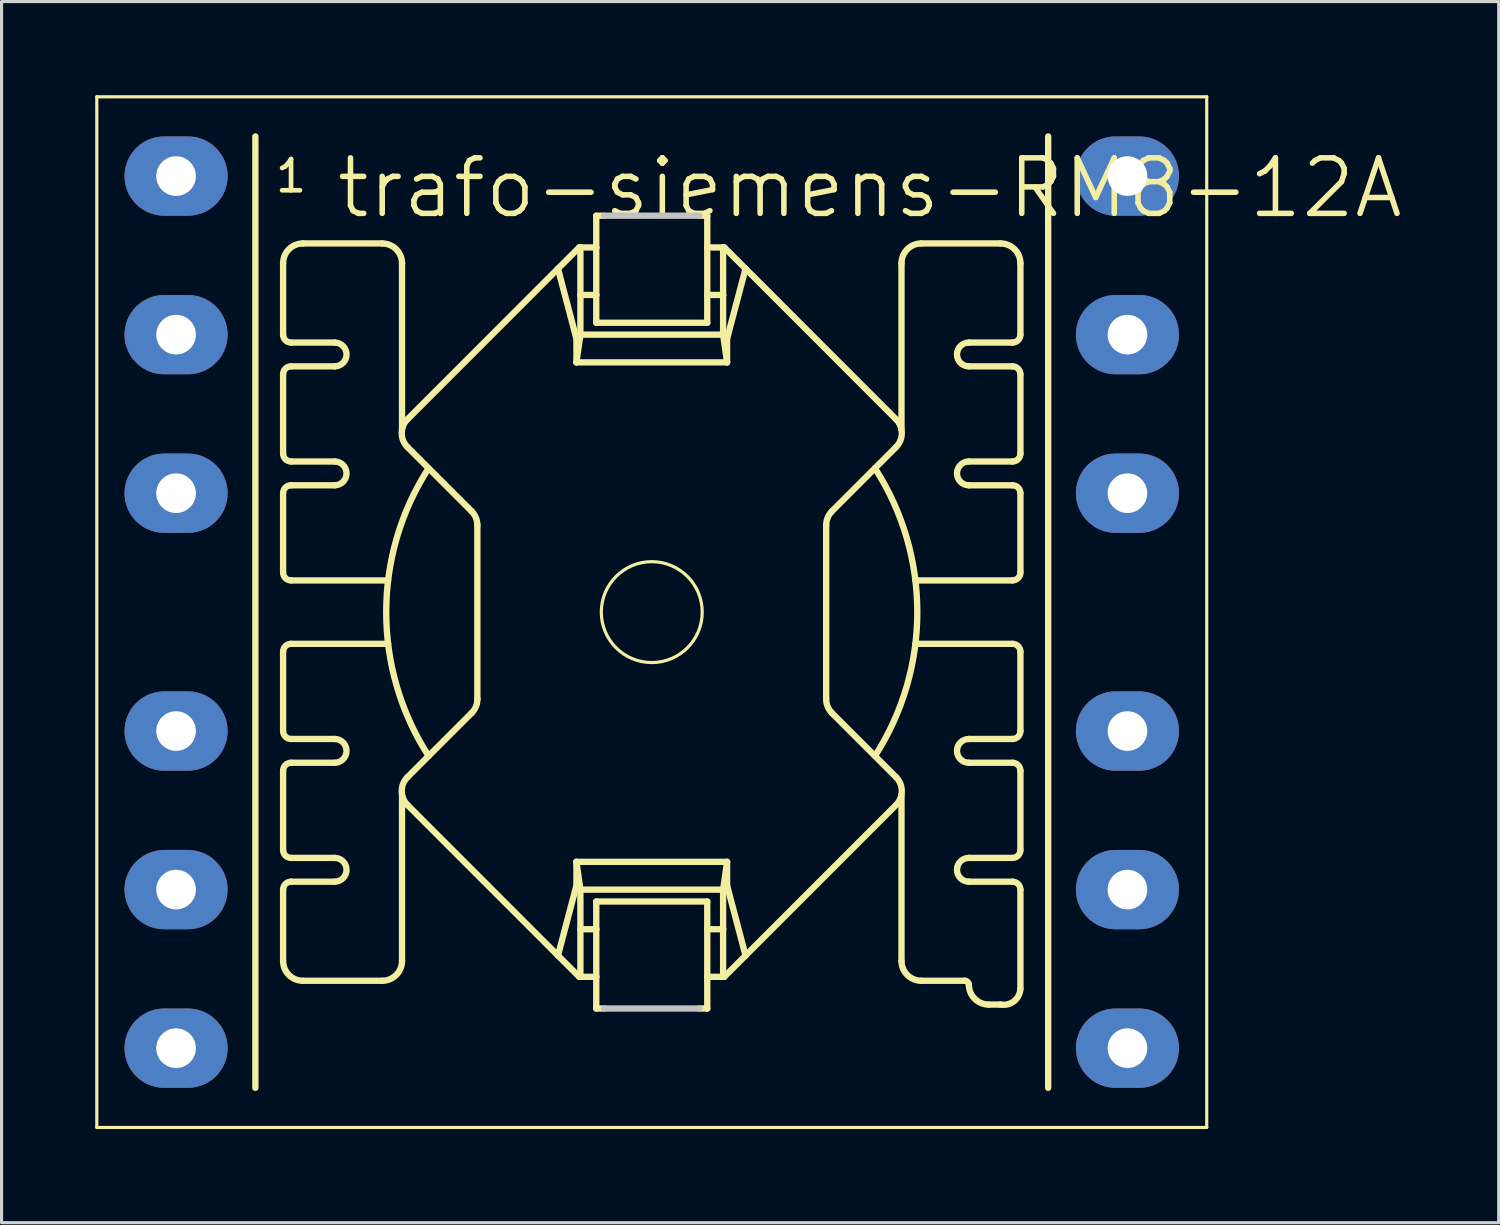
<source format=kicad_pcb>
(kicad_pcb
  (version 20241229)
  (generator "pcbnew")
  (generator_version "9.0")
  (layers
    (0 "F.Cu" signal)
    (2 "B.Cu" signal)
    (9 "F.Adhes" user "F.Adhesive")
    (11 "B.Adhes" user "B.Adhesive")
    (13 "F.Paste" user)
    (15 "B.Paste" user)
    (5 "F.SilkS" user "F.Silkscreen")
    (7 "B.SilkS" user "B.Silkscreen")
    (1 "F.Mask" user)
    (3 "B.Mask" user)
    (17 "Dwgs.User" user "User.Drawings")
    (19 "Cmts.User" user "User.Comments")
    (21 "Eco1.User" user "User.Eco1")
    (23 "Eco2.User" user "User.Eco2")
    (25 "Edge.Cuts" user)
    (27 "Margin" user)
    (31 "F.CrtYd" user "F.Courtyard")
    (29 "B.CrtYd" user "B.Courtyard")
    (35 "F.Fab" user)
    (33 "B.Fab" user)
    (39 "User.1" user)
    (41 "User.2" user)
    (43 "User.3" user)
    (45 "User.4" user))
  (footprint "trafo-siemens-RM8-12A"
    (layer "F.Cu")
    (at 17.831 16.561)
    (property "Reference" "trafo-siemens-RM8-12A" (at 6.985 -13.589 0) (layer "F.SilkS") (effects (font (size 1.778 1.778) (thickness 0.178))))
    (attr exclude_from_pos_files exclude_from_bom)
    (fp_line (start -17.78 -16.51) (end 17.78 -16.51) (stroke (width 0.102) (type solid)) (layer "F.SilkS"))
    (fp_line (start -17.78 16.51) (end -17.78 -16.51) (stroke (width 0.102) (type solid)) (layer "F.SilkS"))
    (fp_line (start -12.7 -15.24) (end -12.7 15.24) (stroke (width 0.203) (type solid)) (layer "F.SilkS"))
    (fp_line (start -11.811 -8.89) (end -11.811 -11.176) (stroke (width 0.203) (type solid)) (layer "F.SilkS"))
    (fp_line (start -11.811 -5.08) (end -11.811 -7.62) (stroke (width 0.203) (type solid)) (layer "F.SilkS"))
    (fp_line (start -11.811 -3.81) (end -11.811 -1.27) (stroke (width 0.203) (type solid)) (layer "F.SilkS"))
    (fp_line (start -11.811 3.81) (end -11.811 1.27) (stroke (width 0.203) (type solid)) (layer "F.SilkS"))
    (fp_line (start -11.811 7.62) (end -11.811 5.08) (stroke (width 0.203) (type solid)) (layer "F.SilkS"))
    (fp_line (start -11.811 11.176) (end -11.811 8.89) (stroke (width 0.203) (type solid)) (layer "F.SilkS"))
    (fp_line (start -11.557 -1.016) (end -8.448 -1.016) (stroke (width 0.203) (type solid)) (layer "F.SilkS"))
    (fp_line (start -11.557 1.016) (end -8.448 1.016) (stroke (width 0.203) (type solid)) (layer "F.SilkS"))
    (fp_line (start -10.16 -8.636) (end -11.557 -8.636) (stroke (width 0.203) (type solid)) (layer "F.SilkS"))
    (fp_line (start -10.16 -7.874) (end -11.557 -7.874) (stroke (width 0.203) (type solid)) (layer "F.SilkS"))
    (fp_line (start -10.16 -4.826) (end -11.557 -4.826) (stroke (width 0.203) (type solid)) (layer "F.SilkS"))
    (fp_line (start -10.16 -4.064) (end -11.557 -4.064) (stroke (width 0.203) (type solid)) (layer "F.SilkS"))
    (fp_line (start -10.16 4.064) (end -11.557 4.064) (stroke (width 0.203) (type solid)) (layer "F.SilkS"))
    (fp_line (start -10.16 4.826) (end -11.557 4.826) (stroke (width 0.203) (type solid)) (layer "F.SilkS"))
    (fp_line (start -10.16 7.874) (end -11.557 7.874) (stroke (width 0.203) (type solid)) (layer "F.SilkS"))
    (fp_line (start -10.16 8.636) (end -11.557 8.636) (stroke (width 0.203) (type solid)) (layer "F.SilkS"))
    (fp_line (start -8.636 -11.811) (end -11.176 -11.811) (stroke (width 0.203) (type solid)) (layer "F.SilkS"))
    (fp_line (start -8.636 11.811) (end -11.176 11.811) (stroke (width 0.203) (type solid)) (layer "F.SilkS"))
    (fp_line (start -8.001 -11.176) (end -8.001 -5.85) (stroke (width 0.203) (type solid)) (layer "F.SilkS"))
    (fp_line (start -8.001 5.85) (end -8.001 11.176) (stroke (width 0.203) (type solid)) (layer "F.SilkS"))
    (fp_line (start -7.823 6.182) (end -3.005 11.003) (stroke (width 0.203) (type solid)) (layer "F.SilkS"))
    (fp_line (start -5.773 -3.233) (end -7.823 -5.283) (stroke (width 0.203) (type solid)) (layer "F.SilkS"))
    (fp_line (start -5.773 3.233) (end -7.823 5.283) (stroke (width 0.203) (type solid)) (layer "F.SilkS"))
    (fp_line (start -5.588 -2.784) (end -5.588 2.784) (stroke (width 0.203) (type solid)) (layer "F.SilkS"))
    (fp_line (start -3.005 -11.003) (end -7.823 -6.182) (stroke (width 0.203) (type solid)) (layer "F.SilkS"))
    (fp_line (start -3.005 -11.003) (end -2.413 -8.76) (stroke (width 0.203) (type solid)) (layer "F.SilkS"))
    (fp_line (start -3.005 11.003) (end -2.324 11.684) (stroke (width 0.203) (type solid)) (layer "F.SilkS"))
    (fp_line (start -2.413 -8.001) (end -2.413 -8.76) (stroke (width 0.203) (type solid)) (layer "F.SilkS"))
    (fp_line (start -2.413 8.001) (end -2.413 8.76) (stroke (width 0.203) (type solid)) (layer "F.SilkS"))
    (fp_line (start -2.413 8.76) (end -3.005 11.003) (stroke (width 0.203) (type solid)) (layer "F.SilkS"))
    (fp_line (start -2.324 -11.684) (end -3.005 -11.003) (stroke (width 0.203) (type solid)) (layer "F.SilkS"))
    (fp_line (start -2.324 -11.684) (end -2.286 -11.684) (stroke (width 0.203) (type solid)) (layer "F.SilkS"))
    (fp_line (start -2.286 -11.684) (end -1.778 -11.684) (stroke (width 0.203) (type solid)) (layer "F.SilkS"))
    (fp_line (start -2.286 -10.16) (end -2.286 -11.684) (stroke (width 0.203) (type solid)) (layer "F.SilkS"))
    (fp_line (start -2.286 -8.89) (end -2.413 -8.001) (stroke (width 0.203) (type solid)) (layer "F.SilkS"))
    (fp_line (start -2.286 -8.89) (end -2.286 -10.16) (stroke (width 0.203) (type solid)) (layer "F.SilkS"))
    (fp_line (start -2.286 -8.89) (end 2.286 -8.89) (stroke (width 0.203) (type solid)) (layer "F.SilkS"))
    (fp_line (start -2.286 8.89) (end -2.413 8.001) (stroke (width 0.203) (type solid)) (layer "F.SilkS"))
    (fp_line (start -2.286 8.89) (end -2.286 10.16) (stroke (width 0.203) (type solid)) (layer "F.SilkS"))
    (fp_line (start -2.286 8.89) (end 2.286 8.89) (stroke (width 0.203) (type solid)) (layer "F.SilkS"))
    (fp_line (start -2.286 10.16) (end -2.286 11.684) (stroke (width 0.203) (type solid)) (layer "F.SilkS"))
    (fp_line (start -2.286 10.16) (end -1.778 10.16) (stroke (width 0.203) (type solid)) (layer "F.SilkS"))
    (fp_line (start -2.286 11.684) (end -2.324 11.684) (stroke (width 0.203) (type solid)) (layer "F.SilkS"))
    (fp_line (start -2.286 11.684) (end -1.778 11.684) (stroke (width 0.203) (type solid)) (layer "F.SilkS"))
    (fp_line (start -1.778 -12.7) (end -1.524 -12.7) (stroke (width 0.203) (type solid)) (layer "F.SilkS"))
    (fp_line (start -1.778 -11.684) (end -1.778 -12.7) (stroke (width 0.203) (type solid)) (layer "F.SilkS"))
    (fp_line (start -1.778 -10.16) (end -2.286 -10.16) (stroke (width 0.203) (type solid)) (layer "F.SilkS"))
    (fp_line (start -1.778 -10.16) (end -1.778 -11.684) (stroke (width 0.203) (type solid)) (layer "F.SilkS"))
    (fp_line (start -1.778 -9.271) (end -1.778 -10.16) (stroke (width 0.203) (type solid)) (layer "F.SilkS"))
    (fp_line (start -1.778 -9.271) (end 1.778 -9.271) (stroke (width 0.203) (type solid)) (layer "F.SilkS"))
    (fp_line (start -1.778 10.16) (end -1.778 9.271) (stroke (width 0.203) (type solid)) (layer "F.SilkS"))
    (fp_line (start -1.778 11.684) (end -1.778 10.16) (stroke (width 0.203) (type solid)) (layer "F.SilkS"))
    (fp_line (start -1.778 12.7) (end -1.778 11.684) (stroke (width 0.203) (type solid)) (layer "F.SilkS"))
    (fp_line (start -1.524 12.7) (end -1.778 12.7) (stroke (width 0.203) (type solid)) (layer "F.SilkS"))
    (fp_line (start 1.524 -12.7) (end 1.778 -12.7) (stroke (width 0.203) (type solid)) (layer "F.SilkS"))
    (fp_line (start 1.778 -12.7) (end 1.778 -11.684) (stroke (width 0.203) (type solid)) (layer "F.SilkS"))
    (fp_line (start 1.778 -11.684) (end 1.778 -10.16) (stroke (width 0.203) (type solid)) (layer "F.SilkS"))
    (fp_line (start 1.778 -10.16) (end 1.778 -9.271) (stroke (width 0.203) (type solid)) (layer "F.SilkS"))
    (fp_line (start 1.778 9.271) (end -1.778 9.271) (stroke (width 0.203) (type solid)) (layer "F.SilkS"))
    (fp_line (start 1.778 9.271) (end 1.778 10.16) (stroke (width 0.203) (type solid)) (layer "F.SilkS"))
    (fp_line (start 1.778 10.16) (end 1.778 11.684) (stroke (width 0.203) (type solid)) (layer "F.SilkS"))
    (fp_line (start 1.778 10.16) (end 2.286 10.16) (stroke (width 0.203) (type solid)) (layer "F.SilkS"))
    (fp_line (start 1.778 11.684) (end 1.778 12.7) (stroke (width 0.203) (type solid)) (layer "F.SilkS"))
    (fp_line (start 1.778 12.7) (end 1.524 12.7) (stroke (width 0.203) (type solid)) (layer "F.SilkS"))
    (fp_line (start 2.286 -11.684) (end 1.778 -11.684) (stroke (width 0.203) (type solid)) (layer "F.SilkS"))
    (fp_line (start 2.286 -11.684) (end 2.324 -11.684) (stroke (width 0.203) (type solid)) (layer "F.SilkS"))
    (fp_line (start 2.286 -10.16) (end 1.778 -10.16) (stroke (width 0.203) (type solid)) (layer "F.SilkS"))
    (fp_line (start 2.286 -10.16) (end 2.286 -11.684) (stroke (width 0.203) (type solid)) (layer "F.SilkS"))
    (fp_line (start 2.286 -8.89) (end 2.286 -10.16) (stroke (width 0.203) (type solid)) (layer "F.SilkS"))
    (fp_line (start 2.286 -8.89) (end 2.413 -8.001) (stroke (width 0.203) (type solid)) (layer "F.SilkS"))
    (fp_line (start 2.286 8.89) (end 2.286 10.16) (stroke (width 0.203) (type solid)) (layer "F.SilkS"))
    (fp_line (start 2.286 8.89) (end 2.413 8.001) (stroke (width 0.203) (type solid)) (layer "F.SilkS"))
    (fp_line (start 2.286 10.16) (end 2.286 11.684) (stroke (width 0.203) (type solid)) (layer "F.SilkS"))
    (fp_line (start 2.286 11.684) (end 1.778 11.684) (stroke (width 0.203) (type solid)) (layer "F.SilkS"))
    (fp_line (start 2.324 -11.684) (end 3.005 -11.003) (stroke (width 0.203) (type solid)) (layer "F.SilkS"))
    (fp_line (start 2.324 11.684) (end 2.286 11.684) (stroke (width 0.203) (type solid)) (layer "F.SilkS"))
    (fp_line (start 2.413 -8.001) (end -2.413 -8.001) (stroke (width 0.203) (type solid)) (layer "F.SilkS"))
    (fp_line (start 2.413 -8.001) (end 2.413 -8.76) (stroke (width 0.203) (type solid)) (layer "F.SilkS"))
    (fp_line (start 2.413 8.001) (end -2.413 8.001) (stroke (width 0.203) (type solid)) (layer "F.SilkS"))
    (fp_line (start 2.413 8.001) (end 2.413 8.76) (stroke (width 0.203) (type solid)) (layer "F.SilkS"))
    (fp_line (start 2.413 8.76) (end 3.005 11.003) (stroke (width 0.203) (type solid)) (layer "F.SilkS"))
    (fp_line (start 3.005 -11.003) (end 2.413 -8.76) (stroke (width 0.203) (type solid)) (layer "F.SilkS"))
    (fp_line (start 3.005 -11.003) (end 7.823 -6.182) (stroke (width 0.203) (type solid)) (layer "F.SilkS"))
    (fp_line (start 3.005 11.003) (end 2.324 11.684) (stroke (width 0.203) (type solid)) (layer "F.SilkS"))
    (fp_line (start 5.588 -2.784) (end 5.588 2.784) (stroke (width 0.203) (type solid)) (layer "F.SilkS"))
    (fp_line (start 5.773 -3.233) (end 7.823 -5.283) (stroke (width 0.203) (type solid)) (layer "F.SilkS"))
    (fp_line (start 5.773 3.233) (end 7.823 5.283) (stroke (width 0.203) (type solid)) (layer "F.SilkS"))
    (fp_line (start 7.823 6.182) (end 3.005 11.003) (stroke (width 0.203) (type solid)) (layer "F.SilkS"))
    (fp_line (start 8.001 -11.176) (end 8.001 -5.85) (stroke (width 0.203) (type solid)) (layer "F.SilkS"))
    (fp_line (start 8.001 5.85) (end 8.001 11.176) (stroke (width 0.203) (type solid)) (layer "F.SilkS"))
    (fp_line (start 8.636 11.811) (end 10.033 11.811) (stroke (width 0.203) (type solid)) (layer "F.SilkS"))
    (fp_line (start 10.16 -8.636) (end 11.557 -8.636) (stroke (width 0.203) (type solid)) (layer "F.SilkS"))
    (fp_line (start 10.16 -7.874) (end 11.557 -7.874) (stroke (width 0.203) (type solid)) (layer "F.SilkS"))
    (fp_line (start 10.16 -4.826) (end 11.557 -4.826) (stroke (width 0.203) (type solid)) (layer "F.SilkS"))
    (fp_line (start 10.16 -4.064) (end 11.557 -4.064) (stroke (width 0.203) (type solid)) (layer "F.SilkS"))
    (fp_line (start 10.16 4.064) (end 11.557 4.064) (stroke (width 0.203) (type solid)) (layer "F.SilkS"))
    (fp_line (start 10.16 4.826) (end 11.557 4.826) (stroke (width 0.203) (type solid)) (layer "F.SilkS"))
    (fp_line (start 10.16 7.874) (end 11.557 7.874) (stroke (width 0.203) (type solid)) (layer "F.SilkS"))
    (fp_line (start 10.16 8.636) (end 11.557 8.636) (stroke (width 0.203) (type solid)) (layer "F.SilkS"))
    (fp_line (start 11.176 -11.811) (end 8.636 -11.811) (stroke (width 0.203) (type solid)) (layer "F.SilkS"))
    (fp_line (start 11.176 12.573) (end 10.795 12.573) (stroke (width 0.203) (type solid)) (layer "F.SilkS"))
    (fp_line (start 11.557 -1.016) (end 8.448 -1.016) (stroke (width 0.203) (type solid)) (layer "F.SilkS"))
    (fp_line (start 11.557 1.016) (end 8.448 1.016) (stroke (width 0.203) (type solid)) (layer "F.SilkS"))
    (fp_line (start 11.811 -8.89) (end 11.811 -11.176) (stroke (width 0.203) (type solid)) (layer "F.SilkS"))
    (fp_line (start 11.811 -5.08) (end 11.811 -7.62) (stroke (width 0.203) (type solid)) (layer "F.SilkS"))
    (fp_line (start 11.811 -3.81) (end 11.811 -1.27) (stroke (width 0.203) (type solid)) (layer "F.SilkS"))
    (fp_line (start 11.811 3.81) (end 11.811 1.27) (stroke (width 0.203) (type solid)) (layer "F.SilkS"))
    (fp_line (start 11.811 7.62) (end 11.811 5.08) (stroke (width 0.203) (type solid)) (layer "F.SilkS"))
    (fp_line (start 11.811 12.065) (end 11.811 8.89) (stroke (width 0.203) (type solid)) (layer "F.SilkS"))
    (fp_line (start 12.7 -15.24) (end 12.7 15.24) (stroke (width 0.203) (type solid)) (layer "F.SilkS"))
    (fp_line (start 17.78 -16.51) (end 17.78 16.51) (stroke (width 0.102) (type solid)) (layer "F.SilkS"))
    (fp_line (start 17.78 16.51) (end -17.78 16.51) (stroke (width 0.102) (type solid)) (layer "F.SilkS"))
    (fp_arc (start -11.811 -11.176) (mid -11.625013 -11.625013) (end -11.176 -11.811) (stroke (width 0.2032) (type solid)) (layer "F.SilkS"))
    (fp_arc (start -11.811 -7.62) (mid -11.736605 -7.799605) (end -11.557 -7.874) (stroke (width 0.2032) (type solid)) (layer "F.SilkS"))
    (fp_arc (start -11.811 -3.81) (mid -11.736605 -3.989605) (end -11.557 -4.064) (stroke (width 0.2032) (type solid)) (layer "F.SilkS"))
    (fp_arc (start -11.811 1.27) (mid -11.736605 1.090395) (end -11.557 1.016) (stroke (width 0.2032) (type solid)) (layer "F.SilkS"))
    (fp_arc (start -11.811 5.08) (mid -11.736605 4.900395) (end -11.557 4.826) (stroke (width 0.2032) (type solid)) (layer "F.SilkS"))
    (fp_arc (start -11.811 8.89) (mid -11.736605 8.710395) (end -11.557 8.636) (stroke (width 0.2032) (type solid)) (layer "F.SilkS"))
    (fp_arc (start -11.557 -8.636) (mid -11.736605 -8.710395) (end -11.811 -8.89) (stroke (width 0.2032) (type solid)) (layer "F.SilkS"))
    (fp_arc (start -11.557 -4.826) (mid -11.736605 -4.900395) (end -11.811 -5.08) (stroke (width 0.2032) (type solid)) (layer "F.SilkS"))
    (fp_arc (start -11.557 -1.016) (mid -11.736605 -1.090395) (end -11.811 -1.27) (stroke (width 0.2032) (type solid)) (layer "F.SilkS"))
    (fp_arc (start -11.557 4.064) (mid -11.736605 3.989605) (end -11.811 3.81) (stroke (width 0.2032) (type solid)) (layer "F.SilkS"))
    (fp_arc (start -11.557 7.874) (mid -11.736605 7.799605) (end -11.811 7.62) (stroke (width 0.2032) (type solid)) (layer "F.SilkS"))
    (fp_arc (start -11.176 11.811) (mid -11.625013 11.625013) (end -11.811 11.176) (stroke (width 0.2032) (type solid)) (layer "F.SilkS"))
    (fp_arc (start -10.16 -8.636) (mid -9.779 -8.255) (end -10.16 -7.874) (stroke (width 0.2032) (type solid)) (layer "F.SilkS"))
    (fp_arc (start -10.16 -4.826) (mid -9.779 -4.445) (end -10.16 -4.064) (stroke (width 0.2032) (type solid)) (layer "F.SilkS"))
    (fp_arc (start -10.16 4.064) (mid -9.779 4.445) (end -10.16 4.826) (stroke (width 0.2032) (type solid)) (layer "F.SilkS"))
    (fp_arc (start -10.16 7.874) (mid -9.779 8.255) (end -10.16 8.636) (stroke (width 0.2032) (type solid)) (layer "F.SilkS"))
    (fp_arc (start -8.636 -11.811) (mid -8.186987 -11.625013) (end -8.001 -11.176) (stroke (width 0.2032) (type solid)) (layer "F.SilkS"))
    (fp_arc (start -8.001 11.176) (mid -8.186987 11.625013) (end -8.636 11.811) (stroke (width 0.2032) (type solid)) (layer "F.SilkS"))
    (fp_arc (start -7.8232 -5.2832) (mid -8.010166 -5.730984) (end -7.82574 -6.17982) (stroke (width 0.2032) (type solid)) (layer "F.SilkS"))
    (fp_arc (start -7.8232 6.18236) (mid -8.010166 5.734576) (end -7.82574 5.28574) (stroke (width 0.2032) (type solid)) (layer "F.SilkS"))
    (fp_arc (start -7.1501 4.6101) (mid -8.507464 0.001828) (end -7.152081 -4.607027) (stroke (width 0.2032) (type solid)) (layer "F.SilkS"))
    (fp_arc (start -5.77342 -3.23342) (mid -5.635808 -3.027664) (end -5.587199 -2.78495) (stroke (width 0.2032) (type solid)) (layer "F.SilkS"))
    (fp_arc (start -5.58546 2.78384) (mid -5.633777 3.027302) (end -5.771405 3.233861) (stroke (width 0.2032) (type solid)) (layer "F.SilkS"))
    (fp_arc (start 5.588 -2.78384) (mid 5.636125 -3.026332) (end 5.773204 -3.232068) (stroke (width 0.2032) (type solid)) (layer "F.SilkS"))
    (fp_arc (start 5.77342 3.23342) (mid 5.635808 3.027664) (end 5.587199 2.78495) (stroke (width 0.2032) (type solid)) (layer "F.SilkS"))
    (fp_arc (start 7.1501 -4.6101) (mid 8.507464 -0.001828) (end 7.152081 4.607027) (stroke (width 0.2032) (type solid)) (layer "F.SilkS"))
    (fp_arc (start 7.8232 -6.18236) (mid 8.010166 -5.734576) (end 7.82574 -5.28574) (stroke (width 0.2032) (type solid)) (layer "F.SilkS"))
    (fp_arc (start 7.8232 5.2832) (mid 8.010166 5.730984) (end 7.82574 6.17982) (stroke (width 0.2032) (type solid)) (layer "F.SilkS"))
    (fp_arc (start 8.001 -11.176) (mid 8.186987 -11.625013) (end 8.636 -11.811) (stroke (width 0.2032) (type solid)) (layer "F.SilkS"))
    (fp_arc (start 8.636 11.811) (mid 8.186987 11.625013) (end 8.001 11.176) (stroke (width 0.2032) (type solid)) (layer "F.SilkS"))
    (fp_arc (start 10.033 11.811) (mid 10.122803 11.848197) (end 10.16 11.938) (stroke (width 0.2032) (type solid)) (layer "F.SilkS"))
    (fp_arc (start 10.16 -7.874) (mid 9.779 -8.255) (end 10.16 -8.636) (stroke (width 0.2032) (type solid)) (layer "F.SilkS"))
    (fp_arc (start 10.16 -4.064) (mid 9.779 -4.445) (end 10.16 -4.826) (stroke (width 0.2032) (type solid)) (layer "F.SilkS"))
    (fp_arc (start 10.16 4.826) (mid 9.779 4.445) (end 10.16 4.064) (stroke (width 0.2032) (type solid)) (layer "F.SilkS"))
    (fp_arc (start 10.16 8.636) (mid 9.779 8.255) (end 10.16 7.874) (stroke (width 0.2032) (type solid)) (layer "F.SilkS"))
    (fp_arc (start 10.795 12.573) (mid 10.345987 12.387013) (end 10.16 11.938) (stroke (width 0.2032) (type solid)) (layer "F.SilkS"))
    (fp_arc (start 11.176 -11.811) (mid 11.625013 -11.625013) (end 11.811 -11.176) (stroke (width 0.2032) (type solid)) (layer "F.SilkS"))
    (fp_arc (start 11.557 -7.874) (mid 11.736605 -7.799605) (end 11.811 -7.62) (stroke (width 0.2032) (type solid)) (layer "F.SilkS"))
    (fp_arc (start 11.557 -4.064) (mid 11.736605 -3.989605) (end 11.811 -3.81) (stroke (width 0.2032) (type solid)) (layer "F.SilkS"))
    (fp_arc (start 11.557 1.016) (mid 11.736605 1.090395) (end 11.811 1.27) (stroke (width 0.2032) (type solid)) (layer "F.SilkS"))
    (fp_arc (start 11.557 4.826) (mid 11.736605 4.900395) (end 11.811 5.08) (stroke (width 0.2032) (type solid)) (layer "F.SilkS"))
    (fp_arc (start 11.557 8.636) (mid 11.736605 8.710395) (end 11.811 8.89) (stroke (width 0.2032) (type solid)) (layer "F.SilkS"))
    (fp_arc (start 11.811 -8.89) (mid 11.736605 -8.710395) (end 11.557 -8.636) (stroke (width 0.2032) (type solid)) (layer "F.SilkS"))
    (fp_arc (start 11.811 -5.08) (mid 11.736605 -4.900395) (end 11.557 -4.826) (stroke (width 0.2032) (type solid)) (layer "F.SilkS"))
    (fp_arc (start 11.811 -1.27) (mid 11.736605 -1.090395) (end 11.557 -1.016) (stroke (width 0.2032) (type solid)) (layer "F.SilkS"))
    (fp_arc (start 11.811 3.81) (mid 11.736605 3.989605) (end 11.557 4.064) (stroke (width 0.2032) (type solid)) (layer "F.SilkS"))
    (fp_arc (start 11.811 7.62) (mid 11.736605 7.799605) (end 11.557 7.874) (stroke (width 0.2032) (type solid)) (layer "F.SilkS"))
    (fp_arc (start 11.811 12.065) (mid 11.607438 12.464412) (end 11.172167 12.57168) (stroke (width 0.2032) (type solid)) (layer "F.SilkS"))
    (fp_circle (center 0 0) (end -1.143 1.143) (stroke (width 0.102) (type solid)) (fill no) (layer "F.SilkS"))
    (fp_line (start -17.78 -16.51) (end 17.78 -16.51) (stroke (width 0.05) (type solid)) (layer "B.Paste"))
    (fp_line (start -17.78 16.51) (end -17.78 -16.51) (stroke (width 0.05) (type solid)) (layer "B.Paste"))
    (fp_line (start -12.7 -15.24) (end -12.7 15.24) (stroke (width 0.05) (type solid)) (layer "B.Paste"))
    (fp_line (start 12.7 15.24) (end 12.7 -15.24) (stroke (width 0.05) (type solid)) (layer "B.Paste"))
    (fp_line (start 17.78 -16.51) (end 17.78 16.51) (stroke (width 0.05) (type solid)) (layer "B.Paste"))
    (fp_line (start 17.78 16.51) (end -17.78 16.51) (stroke (width 0.05) (type solid)) (layer "B.Paste"))
    (fp_line (start -1.524 -12.7) (end 1.524 -12.7) (stroke (width 0.203) (type solid)) (layer "Dwgs.User"))
    (fp_line (start 1.524 12.7) (end -1.524 12.7) (stroke (width 0.203) (type solid)) (layer "Dwgs.User"))
    (fp_text user "1" (at -11.557 -13.97 0) (layer "F.SilkS") (effects (font (size 1 1) (thickness 0.15))))
    (pad "1" thru_hole oval (at -15.24 -13.97 90) (size 2.54 3.302) (drill 1.27) (layers "*.Cu" "*.Paste" "*.Mask"))
    (pad "2" thru_hole oval (at -15.24 -8.89 90) (size 2.54 3.302) (drill 1.27) (layers "*.Cu" "*.Paste" "*.Mask"))
    (pad "3" thru_hole oval (at -15.24 -3.81 90) (size 2.54 3.302) (drill 1.27) (layers "*.Cu" "*.Paste" "*.Mask"))
    (pad "4" thru_hole oval (at -15.24 3.81 90) (size 2.54 3.302) (drill 1.27) (layers "*.Cu" "*.Paste" "*.Mask"))
    (pad "5" thru_hole oval (at -15.24 8.89 90) (size 2.54 3.302) (drill 1.27) (layers "*.Cu" "*.Paste" "*.Mask"))
    (pad "6" thru_hole oval (at -15.24 13.97 90) (size 2.54 3.302) (drill 1.27) (layers "*.Cu" "*.Paste" "*.Mask"))
    (pad "7" thru_hole oval (at 15.24 13.97 90) (size 2.54 3.302) (drill 1.27) (layers "*.Cu" "*.Paste" "*.Mask"))
    (pad "8" thru_hole oval (at 15.24 8.89 90) (size 2.54 3.302) (drill 1.27) (layers "*.Cu" "*.Paste" "*.Mask"))
    (pad "9" thru_hole oval (at 15.24 3.81 90) (size 2.54 3.302) (drill 1.27) (layers "*.Cu" "*.Paste" "*.Mask"))
    (pad "10" thru_hole oval (at 15.24 -3.81 90) (size 2.54 3.302) (drill 1.27) (layers "*.Cu" "*.Paste" "*.Mask"))
    (pad "11" thru_hole oval (at 15.24 -8.89 90) (size 2.54 3.302) (drill 1.27) (layers "*.Cu" "*.Paste" "*.Mask"))
    (pad "12" thru_hole oval (at 15.24 -13.97 90) (size 2.54 3.302) (drill 1.27) (layers "*.Cu" "*.Paste" "*.Mask")))
  (gr_rect
    (start -3 -3)
    (end 44.965 36.122)
    (stroke (width 0.1) (type default))
    (fill no)
    (layer "Edge.Cuts")))
</source>
